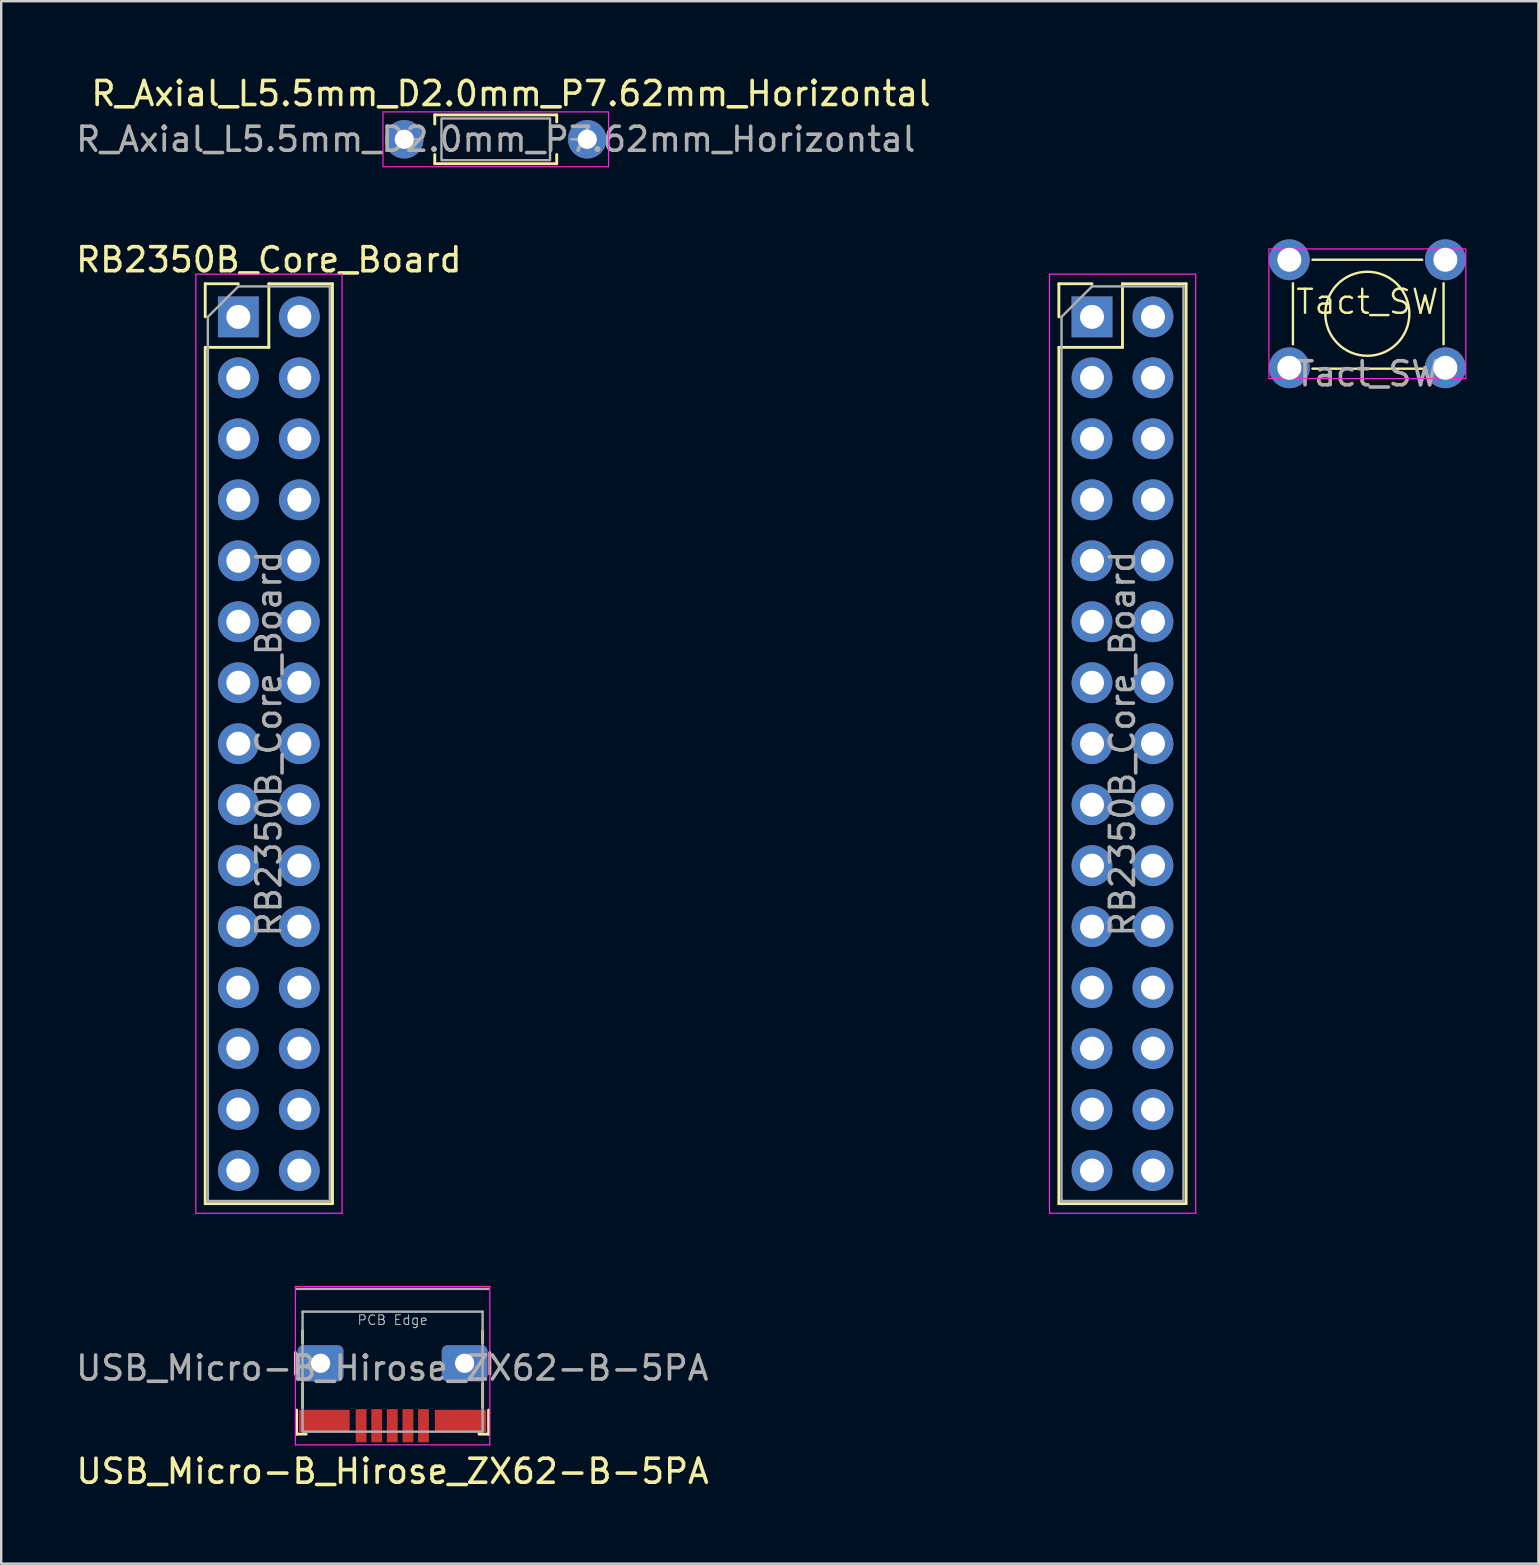
<source format=kicad_pcb>
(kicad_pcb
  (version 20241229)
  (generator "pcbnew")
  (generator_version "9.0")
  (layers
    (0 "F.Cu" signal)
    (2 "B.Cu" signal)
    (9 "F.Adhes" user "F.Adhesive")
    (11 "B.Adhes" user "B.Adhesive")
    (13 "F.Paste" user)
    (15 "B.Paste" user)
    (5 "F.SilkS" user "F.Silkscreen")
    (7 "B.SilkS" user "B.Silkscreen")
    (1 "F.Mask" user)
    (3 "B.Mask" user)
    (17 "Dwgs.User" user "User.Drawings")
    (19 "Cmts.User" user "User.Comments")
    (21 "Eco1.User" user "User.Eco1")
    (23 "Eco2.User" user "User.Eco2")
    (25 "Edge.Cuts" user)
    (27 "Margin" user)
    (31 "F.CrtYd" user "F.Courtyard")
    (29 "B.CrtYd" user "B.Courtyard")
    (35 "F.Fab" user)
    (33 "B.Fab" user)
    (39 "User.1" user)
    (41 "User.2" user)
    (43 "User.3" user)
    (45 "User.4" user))
  (footprint "R_Axial_L5.5mm_D2.0mm_P7.62mm_Horizontal"
    (layer "F.Cu")
    (at 13.791 2.753)
    (property "Reference" "R_Axial_L5.5mm_D2.0mm_P7.62mm_Horizontal" (at 4.445 -1.905 0) (layer "F.SilkS") (effects (font (size 1 1) (thickness 0.15))))
    (attr through_hole)
    (fp_line (start 1.27 -1.016) (end 6.35 -1.016) (stroke (width 0.12) (type solid)) (layer "F.SilkS"))
    (fp_line (start 1.27 -0.635) (end 1.27 -1.016) (stroke (width 0.12) (type solid)) (layer "F.SilkS"))
    (fp_line (start 1.27 0.635) (end 1.27 1.016) (stroke (width 0.12) (type solid)) (layer "F.SilkS"))
    (fp_line (start 1.27 1.016) (end 6.35 1.016) (stroke (width 0.12) (type solid)) (layer "F.SilkS"))
    (fp_line (start 6.35 -1.016) (end 6.35 -0.724) (stroke (width 0.12) (type solid)) (layer "F.SilkS"))
    (fp_line (start 6.35 1.016) (end 6.35 0.635) (stroke (width 0.12) (type solid)) (layer "F.SilkS"))
    (fp_rect (start -0.889 -1.143) (end 8.509 1.143) (stroke (width 0.05) (type solid)) (fill no) (layer "F.CrtYd"))
    (fp_line (start 0 0) (end 0.66 0) (stroke (width 0.1) (type solid)) (layer "F.Fab"))
    (fp_line (start 7.62 0) (end 6.96 0) (stroke (width 0.1) (type solid)) (layer "F.Fab"))
    (fp_rect (start 1.549 -0.869) (end 6.071 0.869) (stroke (width 0.1) (type solid)) (fill no) (layer "F.Fab"))
    (fp_text user "${REFERENCE}" (at 3.81 0 0) (layer "F.Fab") (effects (font (size 1 1) (thickness 0.15))))
    (pad "1" thru_hole circle (at 0 0) (size 1.6 1.6) (drill 0.8) (layers "*.Cu" "*.Mask"))
    (pad "2" thru_hole circle (at 7.62 0) (size 1.6 1.6) (drill 0.8) (layers "*.Cu" "*.Mask")))
  (footprint "USB_Micro-B_Hirose_ZX62-B-5PA"
    (layer "F.Cu")
    (at 13.304 53.739)
    (property "Reference" "USB_Micro-B_Hirose_ZX62-B-5PA" (at 0 4.5 0) (layer "F.SilkS") (effects (font (size 1 1) (thickness 0.15))))
    (attr smd)
    (fp_line (start -4.05 -0.45) (end -4.05 0.45) (stroke (width 0.12) (type solid)) (layer "F.SilkS"))
    (fp_line (start -4 2.95) (end -4 1.95) (stroke (width 0.12) (type solid)) (layer "F.SilkS"))
    (fp_line (start -4 2.95) (end -3.6 2.95) (stroke (width 0.12) (type solid)) (layer "F.SilkS"))
    (fp_line (start -3.75 -0.85) (end -3.75 -1.35) (stroke (width 0.12) (type solid)) (layer "F.SilkS"))
    (fp_line (start -3.75 1.85) (end -3.75 0.85) (stroke (width 0.12) (type solid)) (layer "F.SilkS"))
    (fp_line (start 3.75 -0.85) (end 3.75 -1.35) (stroke (width 0.12) (type solid)) (layer "F.SilkS"))
    (fp_line (start 3.75 1.85) (end 3.75 0.85) (stroke (width 0.12) (type solid)) (layer "F.SilkS"))
    (fp_line (start 4 2.95) (end 3.6 2.95) (stroke (width 0.12) (type solid)) (layer "F.SilkS"))
    (fp_line (start 4 2.95) (end 4 1.95) (stroke (width 0.12) (type solid)) (layer "F.SilkS"))
    (fp_line (start 4.05 -0.45) (end 4.05 0.45) (stroke (width 0.12) (type solid)) (layer "F.SilkS"))
    (fp_line (start -4.05 -3.2) (end 4.05 -3.2) (stroke (width 0.05) (type solid)) (layer "F.CrtYd"))
    (fp_line (start -4.05 3.4) (end -4.05 -3.2) (stroke (width 0.05) (type solid)) (layer "F.CrtYd"))
    (fp_line (start 4.05 -3.2) (end 4.05 3.4) (stroke (width 0.05) (type solid)) (layer "F.CrtYd"))
    (fp_line (start 4.05 3.4) (end -4.05 3.4) (stroke (width 0.05) (type solid)) (layer "F.CrtYd"))
    (fp_line (start -3.75 -2.15) (end 3.75 -2.15) (stroke (width 0.1) (type solid)) (layer "F.Fab"))
    (fp_line (start -3.75 2.8) (end -3.75 -2.15) (stroke (width 0.1) (type solid)) (layer "F.Fab"))
    (fp_line (start 3.75 -2.15) (end 3.75 2.8) (stroke (width 0.1) (type solid)) (layer "F.Fab"))
    (fp_line (start 3.75 2.85) (end -3.75 2.85) (stroke (width 0.1) (type solid)) (layer "F.Fab"))
    (fp_line (start 4 -3.1) (end -4 -3.1) (stroke (width 0.1) (type solid)) (layer "F.Fab"))
    (fp_text user "PCB Edge" (at 0 -1.8 0) (layer "Dwgs.User") (effects (font (size 0.4 0.4) (thickness 0.04))))
    (fp_text user "${REFERENCE}" (at -0.013 0.2 180) (layer "F.Fab") (effects (font (size 1 1) (thickness 0.15))))
    (pad "1" smd rect (at 1.288 2.6 180) (size 0.45 1.38) (layers "F.Cu" "F.Mask" "F.Paste"))
    (pad "2" smd rect (at 0.637 2.6 180) (size 0.45 1.38) (layers "F.Cu" "F.Mask" "F.Paste"))
    (pad "3" smd rect (at -0.013 2.6 180) (size 0.45 1.38) (layers "F.Cu" "F.Mask" "F.Paste"))
    (pad "4" smd rect (at -0.662 2.6 180) (size 0.45 1.38) (layers "F.Cu" "F.Mask" "F.Paste"))
    (pad "5" smd rect (at -1.312 2.6 180) (size 0.45 1.38) (layers "F.Cu" "F.Mask" "F.Paste"))
    (pad "6" thru_hole roundrect (at -3 0) (size 1.905 1.5) (drill 0.8) (layers "*.Cu" "*.Mask") (roundrect_rratio 0.15))
    (pad "6" smd rect (at -2.844 2.4 180) (size 2.112 0.925) (layers "F.Cu" "F.Mask" "F.Paste"))
    (pad "6" smd rect (at 2.831 2.4 180) (size 2.138 0.925) (layers "F.Cu" "F.Mask" "F.Paste"))
    (pad "6" thru_hole roundrect (at 3 0) (size 1.905 1.5) (drill 0.8) (layers "*.Cu" "*.Mask") (roundrect_rratio 0.15)))
  (footprint "Tact_SW"
    (layer "F.Cu")
    (at 53.909 10.021)
    (property "Reference" "Tact_SW" (at 0 -0.5 0) (unlocked yes) (layer "F.SilkS") (effects (font (size 1 1) (thickness 0.1))))
    (attr through_hole)
    (fp_line (start -3.1 -1.27) (end -3.1 1.27) (stroke (width 0.1) (type solid)) (layer "F.SilkS"))
    (fp_line (start -2.286 -2.25) (end 2.286 -2.25) (stroke (width 0.1) (type solid)) (layer "F.SilkS"))
    (fp_line (start -2.286 2.286) (end 2.286 2.286) (stroke (width 0.1) (type solid)) (layer "F.SilkS"))
    (fp_line (start 3.175 -1.27) (end 3.175 1.27) (stroke (width 0.1) (type solid)) (layer "F.SilkS"))
    (fp_circle (center 0 0) (end 0 1.75) (stroke (width 0.1) (type default)) (fill no) (layer "F.SilkS"))
    (fp_rect (start -4.1 -2.7) (end 4.1 2.7) (stroke (width 0.05) (type default)) (fill no) (layer "F.CrtYd"))
    (fp_text user "${REFERENCE}" (at 0 2.5 0) (unlocked yes) (layer "F.Fab") (effects (font (size 1 1) (thickness 0.15))))
    (pad "1" thru_hole circle (at -3.25 -2.25) (size 1.7 1.7) (drill 1) (layers "*.Cu" "*.Mask"))
    (pad "1" thru_hole circle (at 3.25 -2.25) (size 1.7 1.7) (drill 1) (layers "*.Cu" "*.Mask"))
    (pad "2" thru_hole circle (at -3.25 2.25) (size 1.7 1.7) (drill 1) (layers "*.Cu" "*.Mask"))
    (pad "2" thru_hole circle (at 3.25 2.25) (size 1.7 1.7) (drill 1) (layers "*.Cu" "*.Mask")))
  (footprint "RB2350B_Core_Board"
    (layer "F.Cu")
    (at 25.929 27.93)
    (property "Reference" "RB2350B_Core_Board" (at -17.78 -20.16 0) (layer "F.SilkS") (effects (font (size 1 1) (thickness 0.15))))
    (attr through_hole)
    (fp_line (start -20.43 -19.16) (end -19.05 -19.16) (stroke (width 0.12) (type solid)) (layer "F.SilkS"))
    (fp_line (start -20.43 -17.78) (end -20.43 -19.16) (stroke (width 0.12) (type solid)) (layer "F.SilkS"))
    (fp_line (start -20.43 -16.51) (end -20.43 19.16) (stroke (width 0.12) (type solid)) (layer "F.SilkS"))
    (fp_line (start -20.43 -16.51) (end -17.78 -16.51) (stroke (width 0.12) (type solid)) (layer "F.SilkS"))
    (fp_line (start -20.43 19.16) (end -15.13 19.16) (stroke (width 0.12) (type solid)) (layer "F.SilkS"))
    (fp_line (start -17.78 -19.16) (end -15.13 -19.16) (stroke (width 0.12) (type solid)) (layer "F.SilkS"))
    (fp_line (start -17.78 -16.51) (end -17.78 -19.16) (stroke (width 0.12) (type solid)) (layer "F.SilkS"))
    (fp_line (start -15.13 -19.16) (end -15.13 19.16) (stroke (width 0.12) (type solid)) (layer "F.SilkS"))
    (fp_line (start 15.13 -19.16) (end 16.51 -19.16) (stroke (width 0.12) (type solid)) (layer "F.SilkS"))
    (fp_line (start 15.13 -17.78) (end 15.13 -19.16) (stroke (width 0.12) (type solid)) (layer "F.SilkS"))
    (fp_line (start 15.13 -16.51) (end 15.13 19.16) (stroke (width 0.12) (type solid)) (layer "F.SilkS"))
    (fp_line (start 15.13 -16.51) (end 17.78 -16.51) (stroke (width 0.12) (type solid)) (layer "F.SilkS"))
    (fp_line (start 15.13 19.16) (end 20.43 19.16) (stroke (width 0.12) (type solid)) (layer "F.SilkS"))
    (fp_line (start 17.78 -19.16) (end 20.43 -19.16) (stroke (width 0.12) (type solid)) (layer "F.SilkS"))
    (fp_line (start 17.78 -16.51) (end 17.78 -19.16) (stroke (width 0.12) (type solid)) (layer "F.SilkS"))
    (fp_line (start 20.43 -19.16) (end 20.43 19.16) (stroke (width 0.12) (type solid)) (layer "F.SilkS"))
    (fp_line (start -20.82 -19.56) (end -20.82 19.56) (stroke (width 0.05) (type solid)) (layer "F.CrtYd"))
    (fp_line (start -20.82 19.56) (end -14.73 19.56) (stroke (width 0.05) (type solid)) (layer "F.CrtYd"))
    (fp_line (start -14.73 -19.56) (end -20.82 -19.56) (stroke (width 0.05) (type solid)) (layer "F.CrtYd"))
    (fp_line (start -14.73 19.56) (end -14.73 -19.56) (stroke (width 0.05) (type solid)) (layer "F.CrtYd"))
    (fp_line (start 14.74 -19.56) (end 14.74 19.56) (stroke (width 0.05) (type solid)) (layer "F.CrtYd"))
    (fp_line (start 14.74 19.56) (end 20.83 19.56) (stroke (width 0.05) (type solid)) (layer "F.CrtYd"))
    (fp_line (start 20.83 -19.56) (end 14.74 -19.56) (stroke (width 0.05) (type solid)) (layer "F.CrtYd"))
    (fp_line (start 20.83 19.56) (end 20.83 -19.56) (stroke (width 0.05) (type solid)) (layer "F.CrtYd"))
    (fp_line (start -20.32 -17.78) (end -19.05 -19.05) (stroke (width 0.1) (type solid)) (layer "F.Fab"))
    (fp_line (start -20.32 19.05) (end -20.32 -17.78) (stroke (width 0.1) (type solid)) (layer "F.Fab"))
    (fp_line (start -19.05 -19.05) (end -15.24 -19.05) (stroke (width 0.1) (type solid)) (layer "F.Fab"))
    (fp_line (start -15.24 -19.05) (end -15.24 19.05) (stroke (width 0.1) (type solid)) (layer "F.Fab"))
    (fp_line (start -15.24 19.05) (end -20.32 19.05) (stroke (width 0.1) (type solid)) (layer "F.Fab"))
    (fp_line (start 15.24 -17.78) (end 16.51 -19.05) (stroke (width 0.1) (type solid)) (layer "F.Fab"))
    (fp_line (start 15.24 19.05) (end 15.24 -17.78) (stroke (width 0.1) (type solid)) (layer "F.Fab"))
    (fp_line (start 16.51 -19.05) (end 20.32 -19.05) (stroke (width 0.1) (type solid)) (layer "F.Fab"))
    (fp_line (start 20.32 -19.05) (end 20.32 19.05) (stroke (width 0.1) (type solid)) (layer "F.Fab"))
    (fp_line (start 20.32 19.05) (end 15.24 19.05) (stroke (width 0.1) (type solid)) (layer "F.Fab"))
    (fp_text user "${REFERENCE}" (at -17.78 0 90) (layer "F.Fab") (effects (font (size 1 1) (thickness 0.15))))
    (fp_text user "${REFERENCE}" (at 17.78 0 90) (layer "F.Fab") (effects (font (size 1 1) (thickness 0.15))))
    (pad "L1" thru_hole rect (at -19.05 -17.78) (size 1.7 1.7) (drill 1) (layers "*.Cu" "*.Mask"))
    (pad "L2" thru_hole circle (at -16.51 -17.78) (size 1.7 1.7) (drill 1) (layers "*.Cu" "*.Mask"))
    (pad "L3" thru_hole circle (at -19.05 -15.24) (size 1.7 1.7) (drill 1) (layers "*.Cu" "*.Mask"))
    (pad "L4" thru_hole circle (at -16.51 -15.24) (size 1.7 1.7) (drill 1) (layers "*.Cu" "*.Mask"))
    (pad "L5" thru_hole circle (at -19.05 -12.7) (size 1.7 1.7) (drill 1) (layers "*.Cu" "*.Mask"))
    (pad "L6" thru_hole circle (at -16.51 -12.7) (size 1.7 1.7) (drill 1) (layers "*.Cu" "*.Mask"))
    (pad "L7" thru_hole circle (at -19.05 -10.16) (size 1.7 1.7) (drill 1) (layers "*.Cu" "*.Mask"))
    (pad "L8" thru_hole circle (at -16.51 -10.16) (size 1.7 1.7) (drill 1) (layers "*.Cu" "*.Mask"))
    (pad "L9" thru_hole circle (at -19.05 -7.62) (size 1.7 1.7) (drill 1) (layers "*.Cu" "*.Mask"))
    (pad "L10" thru_hole circle (at -16.51 -7.62) (size 1.7 1.7) (drill 1) (layers "*.Cu" "*.Mask"))
    (pad "L11" thru_hole circle (at -19.05 -5.08) (size 1.7 1.7) (drill 1) (layers "*.Cu" "*.Mask"))
    (pad "L12" thru_hole circle (at -16.51 -5.08) (size 1.7 1.7) (drill 1) (layers "*.Cu" "*.Mask"))
    (pad "L13" thru_hole circle (at -19.05 -2.54) (size 1.7 1.7) (drill 1) (layers "*.Cu" "*.Mask"))
    (pad "L14" thru_hole circle (at -16.51 -2.54) (size 1.7 1.7) (drill 1) (layers "*.Cu" "*.Mask"))
    (pad "L15" thru_hole circle (at -19.05 0) (size 1.7 1.7) (drill 1) (layers "*.Cu" "*.Mask"))
    (pad "L16" thru_hole circle (at -16.51 0) (size 1.7 1.7) (drill 1) (layers "*.Cu" "*.Mask"))
    (pad "L17" thru_hole circle (at -19.05 2.54) (size 1.7 1.7) (drill 1) (layers "*.Cu" "*.Mask"))
    (pad "L18" thru_hole circle (at -16.51 2.54) (size 1.7 1.7) (drill 1) (layers "*.Cu" "*.Mask"))
    (pad "L19" thru_hole circle (at -19.05 5.08) (size 1.7 1.7) (drill 1) (layers "*.Cu" "*.Mask"))
    (pad "L20" thru_hole circle (at -16.51 5.08) (size 1.7 1.7) (drill 1) (layers "*.Cu" "*.Mask"))
    (pad "L21" thru_hole circle (at -19.05 7.62) (size 1.7 1.7) (drill 1) (layers "*.Cu" "*.Mask"))
    (pad "L22" thru_hole circle (at -16.51 7.62) (size 1.7 1.7) (drill 1) (layers "*.Cu" "*.Mask"))
    (pad "L23" thru_hole circle (at -19.05 10.16) (size 1.7 1.7) (drill 1) (layers "*.Cu" "*.Mask"))
    (pad "L24" thru_hole circle (at -16.51 10.16) (size 1.7 1.7) (drill 1) (layers "*.Cu" "*.Mask"))
    (pad "L25" thru_hole circle (at -19.05 12.7) (size 1.7 1.7) (drill 1) (layers "*.Cu" "*.Mask"))
    (pad "L26" thru_hole circle (at -16.51 12.7) (size 1.7 1.7) (drill 1) (layers "*.Cu" "*.Mask"))
    (pad "L27" thru_hole circle (at -19.05 15.24) (size 1.7 1.7) (drill 1) (layers "*.Cu" "*.Mask"))
    (pad "L28" thru_hole circle (at -16.51 15.24) (size 1.7 1.7) (drill 1) (layers "*.Cu" "*.Mask"))
    (pad "L29" thru_hole circle (at -19.05 17.78) (size 1.7 1.7) (drill 1) (layers "*.Cu" "*.Mask"))
    (pad "L30" thru_hole circle (at -16.51 17.78) (size 1.7 1.7) (drill 1) (layers "*.Cu" "*.Mask"))
    (pad "R1" thru_hole rect (at 16.51 -17.78) (size 1.7 1.7) (drill 1) (layers "*.Cu" "*.Mask"))
    (pad "R2" thru_hole circle (at 19.05 -17.78) (size 1.7 1.7) (drill 1) (layers "*.Cu" "*.Mask"))
    (pad "R3" thru_hole circle (at 16.51 -15.24) (size 1.7 1.7) (drill 1) (layers "*.Cu" "*.Mask"))
    (pad "R4" thru_hole circle (at 19.05 -15.24) (size 1.7 1.7) (drill 1) (layers "*.Cu" "*.Mask"))
    (pad "R5" thru_hole circle (at 16.51 -12.7) (size 1.7 1.7) (drill 1) (layers "*.Cu" "*.Mask"))
    (pad "R6" thru_hole circle (at 19.05 -12.7) (size 1.7 1.7) (drill 1) (layers "*.Cu" "*.Mask"))
    (pad "R7" thru_hole circle (at 16.51 -10.16) (size 1.7 1.7) (drill 1) (layers "*.Cu" "*.Mask"))
    (pad "R8" thru_hole circle (at 19.05 -10.16) (size 1.7 1.7) (drill 1) (layers "*.Cu" "*.Mask"))
    (pad "R9" thru_hole circle (at 16.51 -7.62) (size 1.7 1.7) (drill 1) (layers "*.Cu" "*.Mask"))
    (pad "R10" thru_hole circle (at 19.05 -7.62 270) (size 1.7 1.7) (drill 1) (layers "*.Cu" "*.Mask"))
    (pad "R11" thru_hole circle (at 16.51 -5.08) (size 1.7 1.7) (drill 1) (layers "*.Cu" "*.Mask"))
    (pad "R12" thru_hole circle (at 19.05 -5.08) (size 1.7 1.7) (drill 1) (layers "*.Cu" "*.Mask"))
    (pad "R13" thru_hole circle (at 16.51 -2.54) (size 1.7 1.7) (drill 1) (layers "*.Cu" "*.Mask"))
    (pad "R14" thru_hole circle (at 19.05 -2.54) (size 1.7 1.7) (drill 1) (layers "*.Cu" "*.Mask"))
    (pad "R15" thru_hole circle (at 16.51 0) (size 1.7 1.7) (drill 1) (layers "*.Cu" "*.Mask"))
    (pad "R16" thru_hole circle (at 19.05 0) (size 1.7 1.7) (drill 1) (layers "*.Cu" "*.Mask"))
    (pad "R17" thru_hole circle (at 16.51 2.54) (size 1.7 1.7) (drill 1) (layers "*.Cu" "*.Mask"))
    (pad "R18" thru_hole circle (at 19.05 2.54) (size 1.7 1.7) (drill 1) (layers "*.Cu" "*.Mask"))
    (pad "R19" thru_hole circle (at 16.51 5.08) (size 1.7 1.7) (drill 1) (layers "*.Cu" "*.Mask"))
    (pad "R20" thru_hole circle (at 19.05 5.08) (size 1.7 1.7) (drill 1) (layers "*.Cu" "*.Mask"))
    (pad "R21" thru_hole circle (at 16.51 7.62) (size 1.7 1.7) (drill 1) (layers "*.Cu" "*.Mask"))
    (pad "R22" thru_hole circle (at 19.05 7.62) (size 1.7 1.7) (drill 1) (layers "*.Cu" "*.Mask"))
    (pad "R23" thru_hole circle (at 16.51 10.16) (size 1.7 1.7) (drill 1) (layers "*.Cu" "*.Mask"))
    (pad "R24" thru_hole circle (at 19.05 10.16) (size 1.7 1.7) (drill 1) (layers "*.Cu" "*.Mask"))
    (pad "R25" thru_hole circle (at 16.51 12.7) (size 1.7 1.7) (drill 1) (layers "*.Cu" "*.Mask"))
    (pad "R26" thru_hole circle (at 19.05 12.7) (size 1.7 1.7) (drill 1) (layers "*.Cu" "*.Mask"))
    (pad "R27" thru_hole circle (at 16.51 15.24) (size 1.7 1.7) (drill 1) (layers "*.Cu" "*.Mask"))
    (pad "R28" thru_hole circle (at 19.05 15.24) (size 1.7 1.7) (drill 1) (layers "*.Cu" "*.Mask"))
    (pad "R29" thru_hole circle (at 16.51 17.78) (size 1.7 1.7) (drill 1) (layers "*.Cu" "*.Mask"))
    (pad "R30" thru_hole circle (at 19.05 17.78) (size 1.7 1.7) (drill 1) (layers "*.Cu" "*.Mask")))
  (gr_rect
    (start -3 -3)
    (end 61.034 62.088)
    (stroke (width 0.1) (type default))
    (fill no)
    (layer "Edge.Cuts")))
</source>
